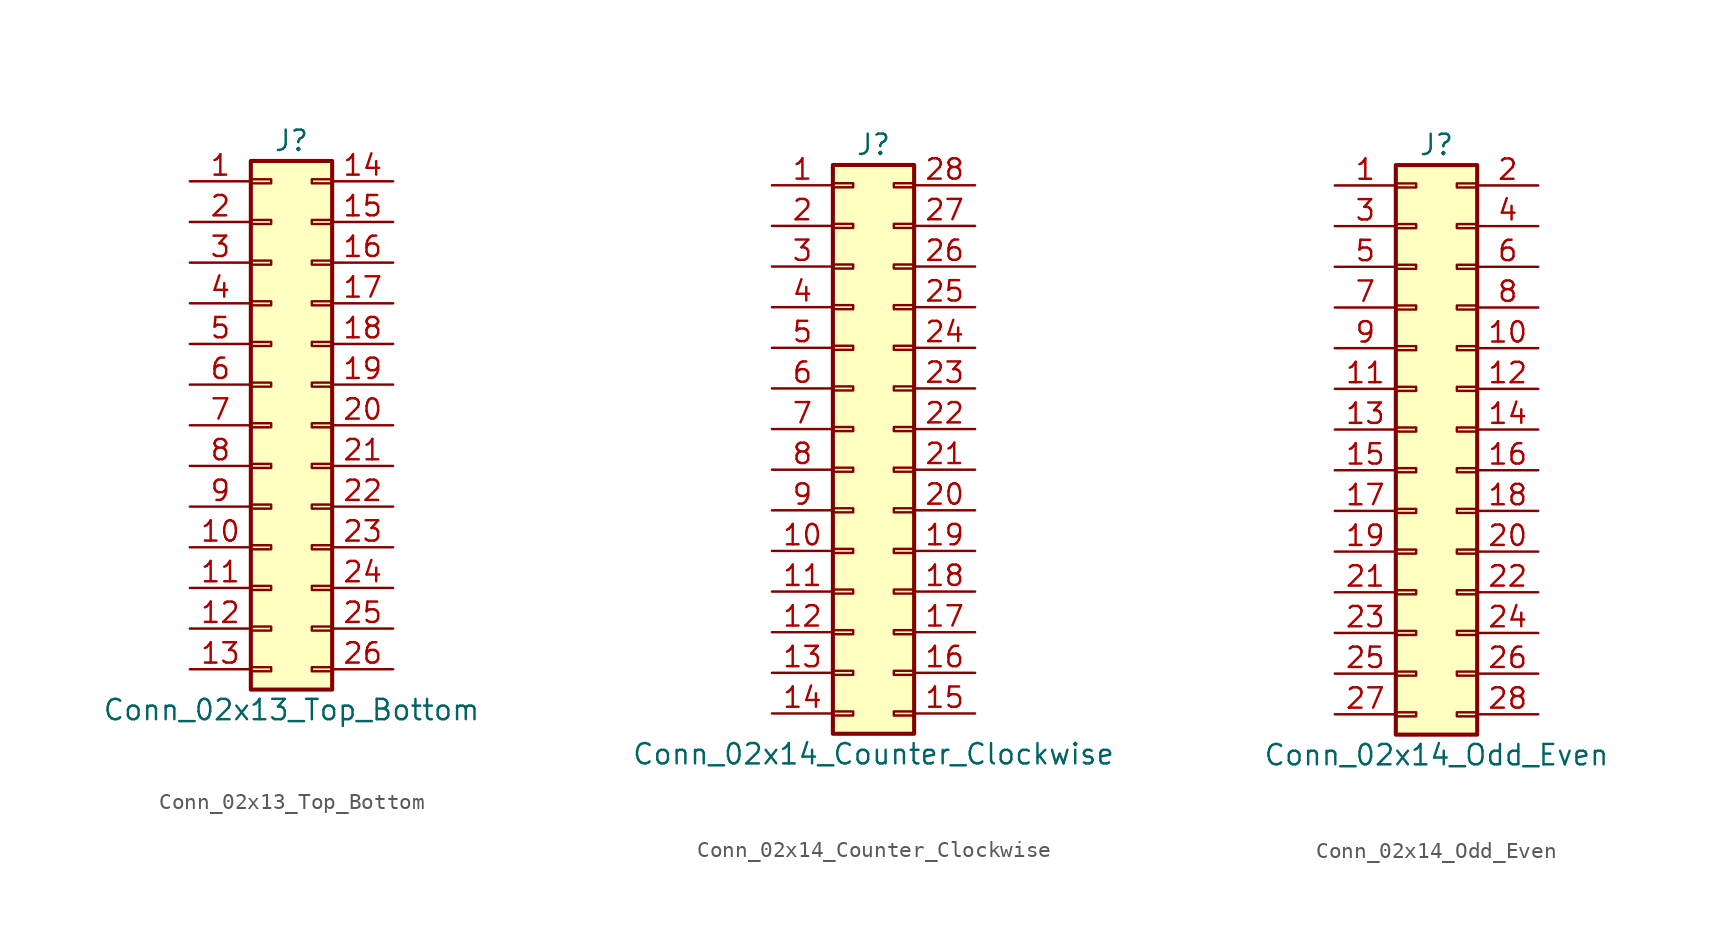
<source format=kicad_sym>
(kicad_symbol_lib
  (version 20220914)
  (generator kicad_symbol_editor)
  (symbol "Conn_02x13_Top_Bottom"
    (pin_names
      (offset 1.016) hide)
    (property "Reference" "J"
      (at 1.27 17.78 0)
      (effects (font (size 1.27 1.27))))
    (property "Value" "Conn_02x13_Top_Bottom"
      (at 1.27 -17.78 0)
      (effects (font (size 1.27 1.27))))
    (symbol "Conn_02x13_Top_Bottom_1_1"
      (rectangle (start -1.27 -15.113) (end 0 -15.367) (stroke (width 0.152) (type default)) (fill (type none)))
      (rectangle (start -1.27 -12.573) (end 0 -12.827) (stroke (width 0.152) (type default)) (fill (type none)))
      (rectangle (start -1.27 -10.033) (end 0 -10.287) (stroke (width 0.152) (type default)) (fill (type none)))
      (rectangle (start -1.27 -7.493) (end 0 -7.747) (stroke (width 0.152) (type default)) (fill (type none)))
      (rectangle (start -1.27 -4.953) (end 0 -5.207) (stroke (width 0.152) (type default)) (fill (type none)))
      (rectangle (start -1.27 -2.413) (end 0 -2.667) (stroke (width 0.152) (type default)) (fill (type none)))
      (rectangle (start -1.27 0.127) (end 0 -0.127) (stroke (width 0.152) (type default)) (fill (type none)))
      (rectangle (start -1.27 2.667) (end 0 2.413) (stroke (width 0.152) (type default)) (fill (type none)))
      (rectangle (start -1.27 5.207) (end 0 4.953) (stroke (width 0.152) (type default)) (fill (type none)))
      (rectangle (start -1.27 7.747) (end 0 7.493) (stroke (width 0.152) (type default)) (fill (type none)))
      (rectangle (start -1.27 10.287) (end 0 10.033) (stroke (width 0.152) (type default)) (fill (type none)))
      (rectangle (start -1.27 12.827) (end 0 12.573) (stroke (width 0.152) (type default)) (fill (type none)))
      (rectangle (start -1.27 15.367) (end 0 15.113) (stroke (width 0.152) (type default)) (fill (type none)))
      (rectangle (start -1.27 16.51) (end 3.81 -16.51) (stroke (width 0.254) (type default)) (fill (type background)))
      (rectangle (start 3.81 -15.113) (end 2.54 -15.367) (stroke (width 0.152) (type default)) (fill (type none)))
      (rectangle (start 3.81 -12.573) (end 2.54 -12.827) (stroke (width 0.152) (type default)) (fill (type none)))
      (rectangle (start 3.81 -10.033) (end 2.54 -10.287) (stroke (width 0.152) (type default)) (fill (type none)))
      (rectangle (start 3.81 -7.493) (end 2.54 -7.747) (stroke (width 0.152) (type default)) (fill (type none)))
      (rectangle (start 3.81 -4.953) (end 2.54 -5.207) (stroke (width 0.152) (type default)) (fill (type none)))
      (rectangle (start 3.81 -2.413) (end 2.54 -2.667) (stroke (width 0.152) (type default)) (fill (type none)))
      (rectangle (start 3.81 0.127) (end 2.54 -0.127) (stroke (width 0.152) (type default)) (fill (type none)))
      (rectangle (start 3.81 2.667) (end 2.54 2.413) (stroke (width 0.152) (type default)) (fill (type none)))
      (rectangle (start 3.81 5.207) (end 2.54 4.953) (stroke (width 0.152) (type default)) (fill (type none)))
      (rectangle (start 3.81 7.747) (end 2.54 7.493) (stroke (width 0.152) (type default)) (fill (type none)))
      (rectangle (start 3.81 10.287) (end 2.54 10.033) (stroke (width 0.152) (type default)) (fill (type none)))
      (rectangle (start 3.81 12.827) (end 2.54 12.573) (stroke (width 0.152) (type default)) (fill (type none)))
      (rectangle (start 3.81 15.367) (end 2.54 15.113) (stroke (width 0.152) (type default)) (fill (type none)))
      (pin passive line (at -5.08 15.24 0) (length 3.81) (name "Pin_1" (effects (font (size 1.27 1.27)))) (number "1" (effects (font (size 1.27 1.27)))))
      (pin passive line (at -5.08 -7.62 0) (length 3.81) (name "Pin_10" (effects (font (size 1.27 1.27)))) (number "10" (effects (font (size 1.27 1.27)))))
      (pin passive line (at -5.08 -10.16 0) (length 3.81) (name "Pin_11" (effects (font (size 1.27 1.27)))) (number "11" (effects (font (size 1.27 1.27)))))
      (pin passive line (at -5.08 -12.7 0) (length 3.81) (name "Pin_12" (effects (font (size 1.27 1.27)))) (number "12" (effects (font (size 1.27 1.27)))))
      (pin passive line (at -5.08 -15.24 0) (length 3.81) (name "Pin_13" (effects (font (size 1.27 1.27)))) (number "13" (effects (font (size 1.27 1.27)))))
      (pin passive line (at 7.62 15.24 180) (length 3.81) (name "Pin_14" (effects (font (size 1.27 1.27)))) (number "14" (effects (font (size 1.27 1.27)))))
      (pin passive line (at 7.62 12.7 180) (length 3.81) (name "Pin_15" (effects (font (size 1.27 1.27)))) (number "15" (effects (font (size 1.27 1.27)))))
      (pin passive line (at 7.62 10.16 180) (length 3.81) (name "Pin_16" (effects (font (size 1.27 1.27)))) (number "16" (effects (font (size 1.27 1.27)))))
      (pin passive line (at 7.62 7.62 180) (length 3.81) (name "Pin_17" (effects (font (size 1.27 1.27)))) (number "17" (effects (font (size 1.27 1.27)))))
      (pin passive line (at 7.62 5.08 180) (length 3.81) (name "Pin_18" (effects (font (size 1.27 1.27)))) (number "18" (effects (font (size 1.27 1.27)))))
      (pin passive line (at 7.62 2.54 180) (length 3.81) (name "Pin_19" (effects (font (size 1.27 1.27)))) (number "19" (effects (font (size 1.27 1.27)))))
      (pin passive line (at -5.08 12.7 0) (length 3.81) (name "Pin_2" (effects (font (size 1.27 1.27)))) (number "2" (effects (font (size 1.27 1.27)))))
      (pin passive line (at 7.62 0 180) (length 3.81) (name "Pin_20" (effects (font (size 1.27 1.27)))) (number "20" (effects (font (size 1.27 1.27)))))
      (pin passive line (at 7.62 -2.54 180) (length 3.81) (name "Pin_21" (effects (font (size 1.27 1.27)))) (number "21" (effects (font (size 1.27 1.27)))))
      (pin passive line (at 7.62 -5.08 180) (length 3.81) (name "Pin_22" (effects (font (size 1.27 1.27)))) (number "22" (effects (font (size 1.27 1.27)))))
      (pin passive line (at 7.62 -7.62 180) (length 3.81) (name "Pin_23" (effects (font (size 1.27 1.27)))) (number "23" (effects (font (size 1.27 1.27)))))
      (pin passive line (at 7.62 -10.16 180) (length 3.81) (name "Pin_24" (effects (font (size 1.27 1.27)))) (number "24" (effects (font (size 1.27 1.27)))))
      (pin passive line (at 7.62 -12.7 180) (length 3.81) (name "Pin_25" (effects (font (size 1.27 1.27)))) (number "25" (effects (font (size 1.27 1.27)))))
      (pin passive line (at 7.62 -15.24 180) (length 3.81) (name "Pin_26" (effects (font (size 1.27 1.27)))) (number "26" (effects (font (size 1.27 1.27)))))
      (pin passive line (at -5.08 10.16 0) (length 3.81) (name "Pin_3" (effects (font (size 1.27 1.27)))) (number "3" (effects (font (size 1.27 1.27)))))
      (pin passive line (at -5.08 7.62 0) (length 3.81) (name "Pin_4" (effects (font (size 1.27 1.27)))) (number "4" (effects (font (size 1.27 1.27)))))
      (pin passive line (at -5.08 5.08 0) (length 3.81) (name "Pin_5" (effects (font (size 1.27 1.27)))) (number "5" (effects (font (size 1.27 1.27)))))
      (pin passive line (at -5.08 2.54 0) (length 3.81) (name "Pin_6" (effects (font (size 1.27 1.27)))) (number "6" (effects (font (size 1.27 1.27)))))
      (pin passive line (at -5.08 0 0) (length 3.81) (name "Pin_7" (effects (font (size 1.27 1.27)))) (number "7" (effects (font (size 1.27 1.27)))))
      (pin passive line (at -5.08 -2.54 0) (length 3.81) (name "Pin_8" (effects (font (size 1.27 1.27)))) (number "8" (effects (font (size 1.27 1.27)))))
      (pin passive line (at -5.08 -5.08 0) (length 3.81) (name "Pin_9" (effects (font (size 1.27 1.27)))) (number "9" (effects (font (size 1.27 1.27)))))))
  (symbol "Conn_02x14_Counter_Clockwise"
    (pin_names
      (offset 1.016) hide)
    (property "Reference" "J"
      (at 1.27 17.78 0)
      (effects (font (size 1.27 1.27))))
    (property "Value" "Conn_02x14_Counter_Clockwise"
      (at 1.27 -20.32 0)
      (effects (font (size 1.27 1.27))))
    (symbol "Conn_02x14_Counter_Clockwise_1_1"
      (rectangle (start -1.27 -17.653) (end 0 -17.907) (stroke (width 0.152) (type default)) (fill (type none)))
      (rectangle (start -1.27 -15.113) (end 0 -15.367) (stroke (width 0.152) (type default)) (fill (type none)))
      (rectangle (start -1.27 -12.573) (end 0 -12.827) (stroke (width 0.152) (type default)) (fill (type none)))
      (rectangle (start -1.27 -10.033) (end 0 -10.287) (stroke (width 0.152) (type default)) (fill (type none)))
      (rectangle (start -1.27 -7.493) (end 0 -7.747) (stroke (width 0.152) (type default)) (fill (type none)))
      (rectangle (start -1.27 -4.953) (end 0 -5.207) (stroke (width 0.152) (type default)) (fill (type none)))
      (rectangle (start -1.27 -2.413) (end 0 -2.667) (stroke (width 0.152) (type default)) (fill (type none)))
      (rectangle (start -1.27 0.127) (end 0 -0.127) (stroke (width 0.152) (type default)) (fill (type none)))
      (rectangle (start -1.27 2.667) (end 0 2.413) (stroke (width 0.152) (type default)) (fill (type none)))
      (rectangle (start -1.27 5.207) (end 0 4.953) (stroke (width 0.152) (type default)) (fill (type none)))
      (rectangle (start -1.27 7.747) (end 0 7.493) (stroke (width 0.152) (type default)) (fill (type none)))
      (rectangle (start -1.27 10.287) (end 0 10.033) (stroke (width 0.152) (type default)) (fill (type none)))
      (rectangle (start -1.27 12.827) (end 0 12.573) (stroke (width 0.152) (type default)) (fill (type none)))
      (rectangle (start -1.27 15.367) (end 0 15.113) (stroke (width 0.152) (type default)) (fill (type none)))
      (rectangle (start -1.27 16.51) (end 3.81 -19.05) (stroke (width 0.254) (type default)) (fill (type background)))
      (rectangle (start 3.81 -17.653) (end 2.54 -17.907) (stroke (width 0.152) (type default)) (fill (type none)))
      (rectangle (start 3.81 -15.113) (end 2.54 -15.367) (stroke (width 0.152) (type default)) (fill (type none)))
      (rectangle (start 3.81 -12.573) (end 2.54 -12.827) (stroke (width 0.152) (type default)) (fill (type none)))
      (rectangle (start 3.81 -10.033) (end 2.54 -10.287) (stroke (width 0.152) (type default)) (fill (type none)))
      (rectangle (start 3.81 -7.493) (end 2.54 -7.747) (stroke (width 0.152) (type default)) (fill (type none)))
      (rectangle (start 3.81 -4.953) (end 2.54 -5.207) (stroke (width 0.152) (type default)) (fill (type none)))
      (rectangle (start 3.81 -2.413) (end 2.54 -2.667) (stroke (width 0.152) (type default)) (fill (type none)))
      (rectangle (start 3.81 0.127) (end 2.54 -0.127) (stroke (width 0.152) (type default)) (fill (type none)))
      (rectangle (start 3.81 2.667) (end 2.54 2.413) (stroke (width 0.152) (type default)) (fill (type none)))
      (rectangle (start 3.81 5.207) (end 2.54 4.953) (stroke (width 0.152) (type default)) (fill (type none)))
      (rectangle (start 3.81 7.747) (end 2.54 7.493) (stroke (width 0.152) (type default)) (fill (type none)))
      (rectangle (start 3.81 10.287) (end 2.54 10.033) (stroke (width 0.152) (type default)) (fill (type none)))
      (rectangle (start 3.81 12.827) (end 2.54 12.573) (stroke (width 0.152) (type default)) (fill (type none)))
      (rectangle (start 3.81 15.367) (end 2.54 15.113) (stroke (width 0.152) (type default)) (fill (type none)))
      (pin passive line (at -5.08 15.24 0) (length 3.81) (name "Pin_1" (effects (font (size 1.27 1.27)))) (number "1" (effects (font (size 1.27 1.27)))))
      (pin passive line (at -5.08 -7.62 0) (length 3.81) (name "Pin_10" (effects (font (size 1.27 1.27)))) (number "10" (effects (font (size 1.27 1.27)))))
      (pin passive line (at -5.08 -10.16 0) (length 3.81) (name "Pin_11" (effects (font (size 1.27 1.27)))) (number "11" (effects (font (size 1.27 1.27)))))
      (pin passive line (at -5.08 -12.7 0) (length 3.81) (name "Pin_12" (effects (font (size 1.27 1.27)))) (number "12" (effects (font (size 1.27 1.27)))))
      (pin passive line (at -5.08 -15.24 0) (length 3.81) (name "Pin_13" (effects (font (size 1.27 1.27)))) (number "13" (effects (font (size 1.27 1.27)))))
      (pin passive line (at -5.08 -17.78 0) (length 3.81) (name "Pin_14" (effects (font (size 1.27 1.27)))) (number "14" (effects (font (size 1.27 1.27)))))
      (pin passive line (at 7.62 -17.78 180) (length 3.81) (name "Pin_15" (effects (font (size 1.27 1.27)))) (number "15" (effects (font (size 1.27 1.27)))))
      (pin passive line (at 7.62 -15.24 180) (length 3.81) (name "Pin_16" (effects (font (size 1.27 1.27)))) (number "16" (effects (font (size 1.27 1.27)))))
      (pin passive line (at 7.62 -12.7 180) (length 3.81) (name "Pin_17" (effects (font (size 1.27 1.27)))) (number "17" (effects (font (size 1.27 1.27)))))
      (pin passive line (at 7.62 -10.16 180) (length 3.81) (name "Pin_18" (effects (font (size 1.27 1.27)))) (number "18" (effects (font (size 1.27 1.27)))))
      (pin passive line (at 7.62 -7.62 180) (length 3.81) (name "Pin_19" (effects (font (size 1.27 1.27)))) (number "19" (effects (font (size 1.27 1.27)))))
      (pin passive line (at -5.08 12.7 0) (length 3.81) (name "Pin_2" (effects (font (size 1.27 1.27)))) (number "2" (effects (font (size 1.27 1.27)))))
      (pin passive line (at 7.62 -5.08 180) (length 3.81) (name "Pin_20" (effects (font (size 1.27 1.27)))) (number "20" (effects (font (size 1.27 1.27)))))
      (pin passive line (at 7.62 -2.54 180) (length 3.81) (name "Pin_21" (effects (font (size 1.27 1.27)))) (number "21" (effects (font (size 1.27 1.27)))))
      (pin passive line (at 7.62 0 180) (length 3.81) (name "Pin_22" (effects (font (size 1.27 1.27)))) (number "22" (effects (font (size 1.27 1.27)))))
      (pin passive line (at 7.62 2.54 180) (length 3.81) (name "Pin_23" (effects (font (size 1.27 1.27)))) (number "23" (effects (font (size 1.27 1.27)))))
      (pin passive line (at 7.62 5.08 180) (length 3.81) (name "Pin_24" (effects (font (size 1.27 1.27)))) (number "24" (effects (font (size 1.27 1.27)))))
      (pin passive line (at 7.62 7.62 180) (length 3.81) (name "Pin_25" (effects (font (size 1.27 1.27)))) (number "25" (effects (font (size 1.27 1.27)))))
      (pin passive line (at 7.62 10.16 180) (length 3.81) (name "Pin_26" (effects (font (size 1.27 1.27)))) (number "26" (effects (font (size 1.27 1.27)))))
      (pin passive line (at 7.62 12.7 180) (length 3.81) (name "Pin_27" (effects (font (size 1.27 1.27)))) (number "27" (effects (font (size 1.27 1.27)))))
      (pin passive line (at 7.62 15.24 180) (length 3.81) (name "Pin_28" (effects (font (size 1.27 1.27)))) (number "28" (effects (font (size 1.27 1.27)))))
      (pin passive line (at -5.08 10.16 0) (length 3.81) (name "Pin_3" (effects (font (size 1.27 1.27)))) (number "3" (effects (font (size 1.27 1.27)))))
      (pin passive line (at -5.08 7.62 0) (length 3.81) (name "Pin_4" (effects (font (size 1.27 1.27)))) (number "4" (effects (font (size 1.27 1.27)))))
      (pin passive line (at -5.08 5.08 0) (length 3.81) (name "Pin_5" (effects (font (size 1.27 1.27)))) (number "5" (effects (font (size 1.27 1.27)))))
      (pin passive line (at -5.08 2.54 0) (length 3.81) (name "Pin_6" (effects (font (size 1.27 1.27)))) (number "6" (effects (font (size 1.27 1.27)))))
      (pin passive line (at -5.08 0 0) (length 3.81) (name "Pin_7" (effects (font (size 1.27 1.27)))) (number "7" (effects (font (size 1.27 1.27)))))
      (pin passive line (at -5.08 -2.54 0) (length 3.81) (name "Pin_8" (effects (font (size 1.27 1.27)))) (number "8" (effects (font (size 1.27 1.27)))))
      (pin passive line (at -5.08 -5.08 0) (length 3.81) (name "Pin_9" (effects (font (size 1.27 1.27)))) (number "9" (effects (font (size 1.27 1.27)))))))
  (symbol "Conn_02x14_Odd_Even"
    (pin_names
      (offset 1.016) hide)
    (property "Reference" "J"
      (at 1.27 17.78 0)
      (effects (font (size 1.27 1.27))))
    (property "Value" "Conn_02x14_Odd_Even"
      (at 1.27 -20.32 0)
      (effects (font (size 1.27 1.27))))
    (symbol "Conn_02x14_Odd_Even_1_1"
      (rectangle (start -1.27 -17.653) (end 0 -17.907) (stroke (width 0.152) (type default)) (fill (type none)))
      (rectangle (start -1.27 -15.113) (end 0 -15.367) (stroke (width 0.152) (type default)) (fill (type none)))
      (rectangle (start -1.27 -12.573) (end 0 -12.827) (stroke (width 0.152) (type default)) (fill (type none)))
      (rectangle (start -1.27 -10.033) (end 0 -10.287) (stroke (width 0.152) (type default)) (fill (type none)))
      (rectangle (start -1.27 -7.493) (end 0 -7.747) (stroke (width 0.152) (type default)) (fill (type none)))
      (rectangle (start -1.27 -4.953) (end 0 -5.207) (stroke (width 0.152) (type default)) (fill (type none)))
      (rectangle (start -1.27 -2.413) (end 0 -2.667) (stroke (width 0.152) (type default)) (fill (type none)))
      (rectangle (start -1.27 0.127) (end 0 -0.127) (stroke (width 0.152) (type default)) (fill (type none)))
      (rectangle (start -1.27 2.667) (end 0 2.413) (stroke (width 0.152) (type default)) (fill (type none)))
      (rectangle (start -1.27 5.207) (end 0 4.953) (stroke (width 0.152) (type default)) (fill (type none)))
      (rectangle (start -1.27 7.747) (end 0 7.493) (stroke (width 0.152) (type default)) (fill (type none)))
      (rectangle (start -1.27 10.287) (end 0 10.033) (stroke (width 0.152) (type default)) (fill (type none)))
      (rectangle (start -1.27 12.827) (end 0 12.573) (stroke (width 0.152) (type default)) (fill (type none)))
      (rectangle (start -1.27 15.367) (end 0 15.113) (stroke (width 0.152) (type default)) (fill (type none)))
      (rectangle (start -1.27 16.51) (end 3.81 -19.05) (stroke (width 0.254) (type default)) (fill (type background)))
      (rectangle (start 3.81 -17.653) (end 2.54 -17.907) (stroke (width 0.152) (type default)) (fill (type none)))
      (rectangle (start 3.81 -15.113) (end 2.54 -15.367) (stroke (width 0.152) (type default)) (fill (type none)))
      (rectangle (start 3.81 -12.573) (end 2.54 -12.827) (stroke (width 0.152) (type default)) (fill (type none)))
      (rectangle (start 3.81 -10.033) (end 2.54 -10.287) (stroke (width 0.152) (type default)) (fill (type none)))
      (rectangle (start 3.81 -7.493) (end 2.54 -7.747) (stroke (width 0.152) (type default)) (fill (type none)))
      (rectangle (start 3.81 -4.953) (end 2.54 -5.207) (stroke (width 0.152) (type default)) (fill (type none)))
      (rectangle (start 3.81 -2.413) (end 2.54 -2.667) (stroke (width 0.152) (type default)) (fill (type none)))
      (rectangle (start 3.81 0.127) (end 2.54 -0.127) (stroke (width 0.152) (type default)) (fill (type none)))
      (rectangle (start 3.81 2.667) (end 2.54 2.413) (stroke (width 0.152) (type default)) (fill (type none)))
      (rectangle (start 3.81 5.207) (end 2.54 4.953) (stroke (width 0.152) (type default)) (fill (type none)))
      (rectangle (start 3.81 7.747) (end 2.54 7.493) (stroke (width 0.152) (type default)) (fill (type none)))
      (rectangle (start 3.81 10.287) (end 2.54 10.033) (stroke (width 0.152) (type default)) (fill (type none)))
      (rectangle (start 3.81 12.827) (end 2.54 12.573) (stroke (width 0.152) (type default)) (fill (type none)))
      (rectangle (start 3.81 15.367) (end 2.54 15.113) (stroke (width 0.152) (type default)) (fill (type none)))
      (pin passive line (at -5.08 15.24 0) (length 3.81) (name "Pin_1" (effects (font (size 1.27 1.27)))) (number "1" (effects (font (size 1.27 1.27)))))
      (pin passive line (at 7.62 5.08 180) (length 3.81) (name "Pin_10" (effects (font (size 1.27 1.27)))) (number "10" (effects (font (size 1.27 1.27)))))
      (pin passive line (at -5.08 2.54 0) (length 3.81) (name "Pin_11" (effects (font (size 1.27 1.27)))) (number "11" (effects (font (size 1.27 1.27)))))
      (pin passive line (at 7.62 2.54 180) (length 3.81) (name "Pin_12" (effects (font (size 1.27 1.27)))) (number "12" (effects (font (size 1.27 1.27)))))
      (pin passive line (at -5.08 0 0) (length 3.81) (name "Pin_13" (effects (font (size 1.27 1.27)))) (number "13" (effects (font (size 1.27 1.27)))))
      (pin passive line (at 7.62 0 180) (length 3.81) (name "Pin_14" (effects (font (size 1.27 1.27)))) (number "14" (effects (font (size 1.27 1.27)))))
      (pin passive line (at -5.08 -2.54 0) (length 3.81) (name "Pin_15" (effects (font (size 1.27 1.27)))) (number "15" (effects (font (size 1.27 1.27)))))
      (pin passive line (at 7.62 -2.54 180) (length 3.81) (name "Pin_16" (effects (font (size 1.27 1.27)))) (number "16" (effects (font (size 1.27 1.27)))))
      (pin passive line (at -5.08 -5.08 0) (length 3.81) (name "Pin_17" (effects (font (size 1.27 1.27)))) (number "17" (effects (font (size 1.27 1.27)))))
      (pin passive line (at 7.62 -5.08 180) (length 3.81) (name "Pin_18" (effects (font (size 1.27 1.27)))) (number "18" (effects (font (size 1.27 1.27)))))
      (pin passive line (at -5.08 -7.62 0) (length 3.81) (name "Pin_19" (effects (font (size 1.27 1.27)))) (number "19" (effects (font (size 1.27 1.27)))))
      (pin passive line (at 7.62 15.24 180) (length 3.81) (name "Pin_2" (effects (font (size 1.27 1.27)))) (number "2" (effects (font (size 1.27 1.27)))))
      (pin passive line (at 7.62 -7.62 180) (length 3.81) (name "Pin_20" (effects (font (size 1.27 1.27)))) (number "20" (effects (font (size 1.27 1.27)))))
      (pin passive line (at -5.08 -10.16 0) (length 3.81) (name "Pin_21" (effects (font (size 1.27 1.27)))) (number "21" (effects (font (size 1.27 1.27)))))
      (pin passive line (at 7.62 -10.16 180) (length 3.81) (name "Pin_22" (effects (font (size 1.27 1.27)))) (number "22" (effects (font (size 1.27 1.27)))))
      (pin passive line (at -5.08 -12.7 0) (length 3.81) (name "Pin_23" (effects (font (size 1.27 1.27)))) (number "23" (effects (font (size 1.27 1.27)))))
      (pin passive line (at 7.62 -12.7 180) (length 3.81) (name "Pin_24" (effects (font (size 1.27 1.27)))) (number "24" (effects (font (size 1.27 1.27)))))
      (pin passive line (at -5.08 -15.24 0) (length 3.81) (name "Pin_25" (effects (font (size 1.27 1.27)))) (number "25" (effects (font (size 1.27 1.27)))))
      (pin passive line (at 7.62 -15.24 180) (length 3.81) (name "Pin_26" (effects (font (size 1.27 1.27)))) (number "26" (effects (font (size 1.27 1.27)))))
      (pin passive line (at -5.08 -17.78 0) (length 3.81) (name "Pin_27" (effects (font (size 1.27 1.27)))) (number "27" (effects (font (size 1.27 1.27)))))
      (pin passive line (at 7.62 -17.78 180) (length 3.81) (name "Pin_28" (effects (font (size 1.27 1.27)))) (number "28" (effects (font (size 1.27 1.27)))))
      (pin passive line (at -5.08 12.7 0) (length 3.81) (name "Pin_3" (effects (font (size 1.27 1.27)))) (number "3" (effects (font (size 1.27 1.27)))))
      (pin passive line (at 7.62 12.7 180) (length 3.81) (name "Pin_4" (effects (font (size 1.27 1.27)))) (number "4" (effects (font (size 1.27 1.27)))))
      (pin passive line (at -5.08 10.16 0) (length 3.81) (name "Pin_5" (effects (font (size 1.27 1.27)))) (number "5" (effects (font (size 1.27 1.27)))))
      (pin passive line (at 7.62 10.16 180) (length 3.81) (name "Pin_6" (effects (font (size 1.27 1.27)))) (number "6" (effects (font (size 1.27 1.27)))))
      (pin passive line (at -5.08 7.62 0) (length 3.81) (name "Pin_7" (effects (font (size 1.27 1.27)))) (number "7" (effects (font (size 1.27 1.27)))))
      (pin passive line (at 7.62 7.62 180) (length 3.81) (name "Pin_8" (effects (font (size 1.27 1.27)))) (number "8" (effects (font (size 1.27 1.27)))))
      (pin passive line (at -5.08 5.08 0) (length 3.81) (name "Pin_9" (effects (font (size 1.27 1.27)))) (number "9" (effects (font (size 1.27 1.27))))))))
</source>
